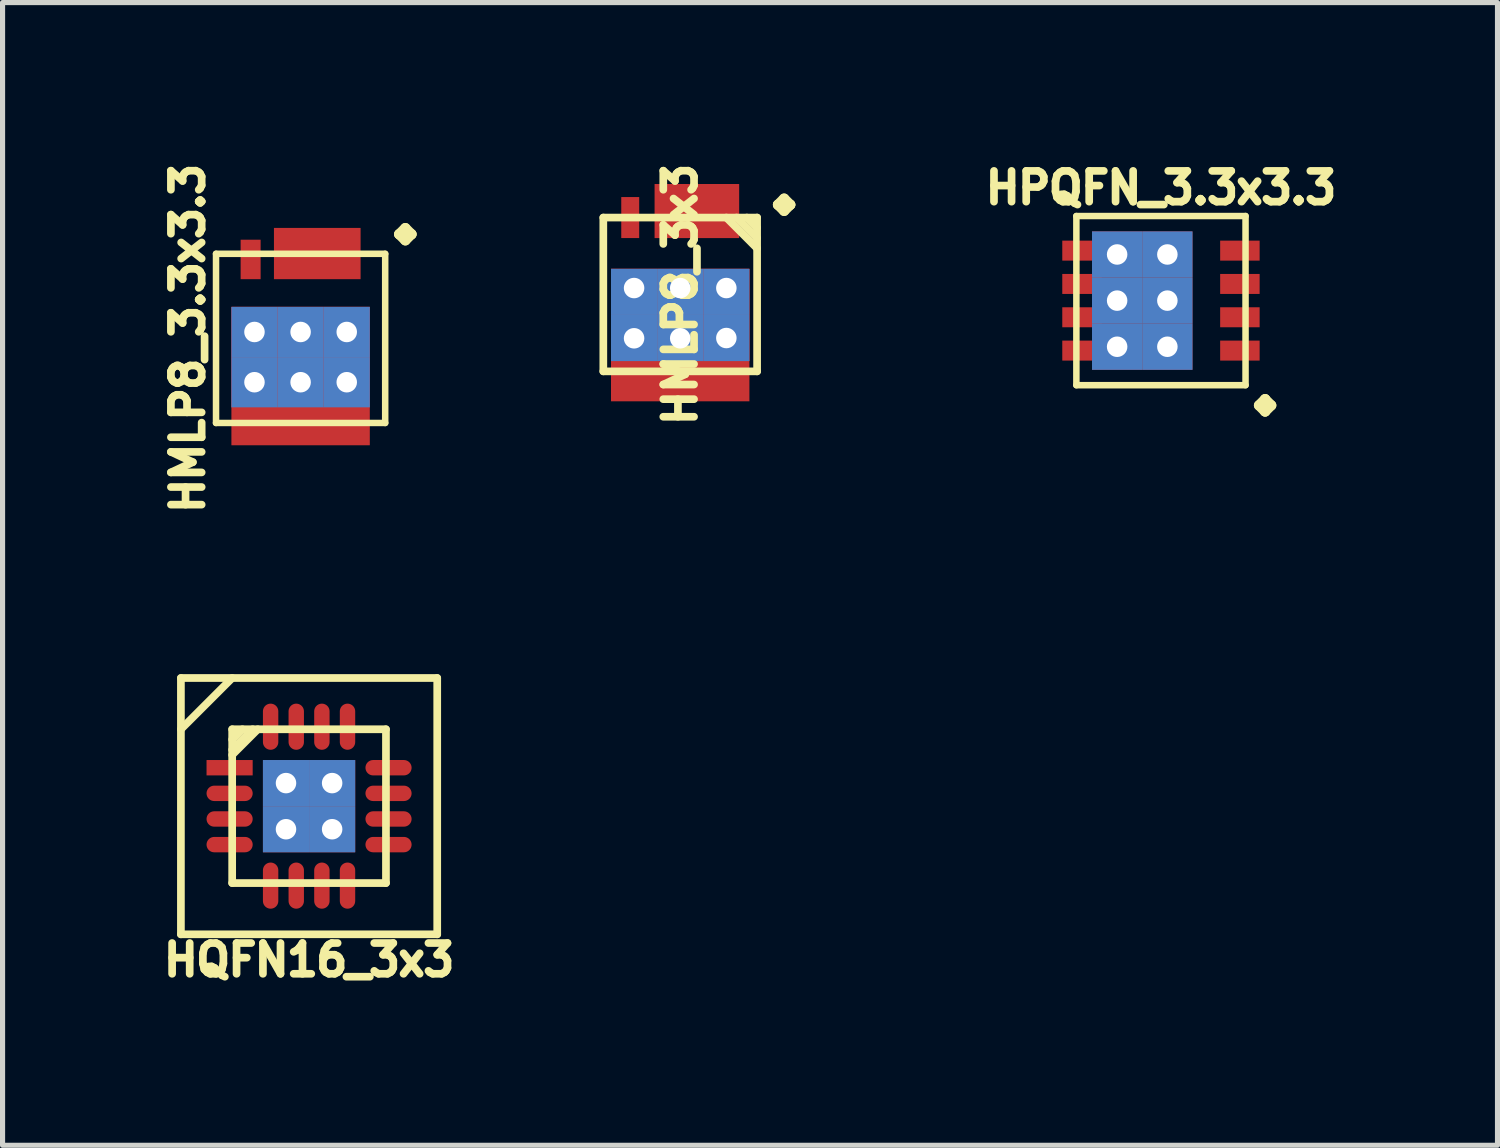
<source format=kicad_pcb>
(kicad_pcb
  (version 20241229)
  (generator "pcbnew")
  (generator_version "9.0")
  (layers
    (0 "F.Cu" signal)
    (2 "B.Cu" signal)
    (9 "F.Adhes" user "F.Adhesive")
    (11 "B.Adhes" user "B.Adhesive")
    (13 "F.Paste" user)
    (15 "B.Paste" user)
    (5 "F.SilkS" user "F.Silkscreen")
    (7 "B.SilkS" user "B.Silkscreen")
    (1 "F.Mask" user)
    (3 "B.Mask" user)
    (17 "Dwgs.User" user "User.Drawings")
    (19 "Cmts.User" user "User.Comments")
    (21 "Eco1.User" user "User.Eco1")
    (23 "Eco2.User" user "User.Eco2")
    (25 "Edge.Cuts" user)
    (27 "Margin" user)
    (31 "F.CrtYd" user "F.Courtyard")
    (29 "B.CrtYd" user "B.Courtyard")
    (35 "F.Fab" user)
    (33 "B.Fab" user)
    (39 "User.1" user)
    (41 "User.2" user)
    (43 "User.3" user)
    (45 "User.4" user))
  (footprint "HMLP8_3.3x3.3"
    (layer "F.Cu")
    (at 2.814 3.551)
    (property "Reference" "HMLP8_3.3x3.3" (at -2.2 0 90) (layer "F.SilkS") (effects (font (size 0.6 0.6) (thickness 0.15))))
    (attr smd)
    (fp_rect (start -1.17 1.925) (end -0.78 1.155) (stroke (width 0.01) (type solid)) (fill yes) (layer "F.Mask"))
    (fp_rect (start -0.52 -1.155) (end -0.13 -1.925) (stroke (width 0.01) (type solid)) (fill yes) (layer "F.Mask"))
    (fp_rect (start -0.52 1.925) (end -0.13 1.155) (stroke (width 0.01) (type solid)) (fill yes) (layer "F.Mask"))
    (fp_rect (start 0.13 -1.155) (end 0.52 -1.925) (stroke (width 0.01) (type solid)) (fill yes) (layer "F.Mask"))
    (fp_rect (start 0.13 1.925) (end 0.52 1.155) (stroke (width 0.01) (type solid)) (fill yes) (layer "F.Mask"))
    (fp_rect (start 0.78 -1.155) (end 1.17 -1.925) (stroke (width 0.01) (type solid)) (fill yes) (layer "F.Mask"))
    (fp_rect (start 0.78 1.925) (end 1.17 1.155) (stroke (width 0.01) (type solid)) (fill yes) (layer "F.Mask"))
    (fp_line (start -1.65 -1.65) (end 1.65 -1.65) (stroke (width 0.127) (type solid)) (layer "F.SilkS"))
    (fp_line (start -1.65 1.65) (end -1.65 -1.65) (stroke (width 0.127) (type solid)) (layer "F.SilkS"))
    (fp_line (start 1.65 -1.65) (end 1.65 1.65) (stroke (width 0.127) (type solid)) (layer "F.SilkS"))
    (fp_line (start 1.65 1.65) (end -1.65 1.65) (stroke (width 0.127) (type solid)) (layer "F.SilkS"))
    (fp_rect (start -1.17 1.925) (end -0.78 1.155) (stroke (width 0.01) (type solid)) (fill yes) (layer "F.Paste"))
    (fp_rect (start -0.52 -1.155) (end -0.13 -1.925) (stroke (width 0.01) (type solid)) (fill yes) (layer "F.Paste"))
    (fp_rect (start -0.52 1.925) (end -0.13 1.155) (stroke (width 0.01) (type solid)) (fill yes) (layer "F.Paste"))
    (fp_rect (start 0.13 -1.155) (end 0.52 -1.925) (stroke (width 0.01) (type solid)) (fill yes) (layer "F.Paste"))
    (fp_rect (start 0.13 1.925) (end 0.52 1.155) (stroke (width 0.01) (type solid)) (fill yes) (layer "F.Paste"))
    (fp_rect (start 0.78 -1.155) (end 1.17 -1.925) (stroke (width 0.01) (type solid)) (fill yes) (layer "F.Paste"))
    (fp_rect (start 0.78 1.925) (end 1.17 1.155) (stroke (width 0.01) (type solid)) (fill yes) (layer "F.Paste"))
    (fp_text user "." (at 1.016 -2.032 90) (unlocked yes) (layer "F.SilkS") (effects (font (size 2.5 2.5) (thickness 0.2))))
    (pad "D" thru_hole rect (at -0.9 -0.125 90) (size 0.98 0.9) (drill 0.4) (layers "*.Cu" "*.Mask" "F.Paste"))
    (pad "D" thru_hole rect (at -0.9 0.855 90) (size 0.98 0.9) (drill 0.4) (layers "*.Cu" "*.Mask" "F.Paste"))
    (pad "D" thru_hole rect (at 0 -0.125 90) (size 0.98 0.9) (drill 0.4) (layers "*.Cu" "*.Mask" "F.Paste"))
    (pad "D" smd rect (at 0 0.735 90) (size 2.7 2.7) (layers "F.Cu"))
    (pad "D" thru_hole rect (at 0 0.855 90) (size 0.98 0.9) (drill 0.4) (layers "*.Cu" "*.Mask" "F.Paste"))
    (pad "D" thru_hole rect (at 0.9 -0.125 90) (size 0.98 0.9) (drill 0.4) (layers "*.Cu" "*.Mask" "F.Paste"))
    (pad "D" thru_hole rect (at 0.9 0.855 90) (size 0.98 0.9) (drill 0.4) (layers "*.Cu" "*.Mask" "F.Paste"))
    (pad "G" smd rect (at -0.975 -1.54 90) (size 0.77 0.39) (layers "F.Cu" "F.Mask" "F.Paste"))
    (pad "S" smd rect (at 0.325 -1.655 90) (size 1 1.69) (layers "F.Cu")))
  (footprint "HQFN16_3x3"
    (layer "F.Cu")
    (at 2.979 12.676)
    (property "Reference" "HQFN16_3x3" (at 0 3 0) (layer "F.SilkS") (effects (font (size 0.6 0.6) (thickness 0.15))))
    (attr smd)
    (fp_line (start -2.5 -2.5) (end 2.5 -2.5) (stroke (width 0.15) (type solid)) (layer "F.SilkS"))
    (fp_line (start -2.5 2.5) (end -2.5 -2.5) (stroke (width 0.15) (type solid)) (layer "F.SilkS"))
    (fp_line (start -1.5 -2.5) (end -2.5 -1.5) (stroke (width 0.15) (type solid)) (layer "F.SilkS"))
    (fp_line (start -1.5 -1.5) (end 1.5 -1.5) (stroke (width 0.15) (type solid)) (layer "F.SilkS"))
    (fp_line (start -1.5 -1.3) (end -1.3 -1.5) (stroke (width 0.15) (type solid)) (layer "F.SilkS"))
    (fp_line (start -1.5 -1.1) (end -1.1 -1.5) (stroke (width 0.15) (type solid)) (layer "F.SilkS"))
    (fp_line (start -1.5 1.5) (end -1.5 -1.5) (stroke (width 0.15) (type solid)) (layer "F.SilkS"))
    (fp_line (start -1 -1.5) (end -1.5 -1) (stroke (width 0.15) (type solid)) (layer "F.SilkS"))
    (fp_line (start 1.5 -1.5) (end 1.5 1.5) (stroke (width 0.15) (type solid)) (layer "F.SilkS"))
    (fp_line (start 1.5 1.5) (end -1.5 1.5) (stroke (width 0.15) (type solid)) (layer "F.SilkS"))
    (fp_line (start 2.5 -2.5) (end 2.5 2.5) (stroke (width 0.15) (type solid)) (layer "F.SilkS"))
    (fp_line (start 2.5 2.5) (end -2.5 2.5) (stroke (width 0.15) (type solid)) (layer "F.SilkS"))
    (pad "1" smd rect (at -1.55 -0.75) (size 0.9 0.3) (layers "F.Cu" "F.Mask" "F.Paste"))
    (pad "2" smd oval (at -1.55 -0.25) (size 0.9 0.3) (layers "F.Cu" "F.Mask" "F.Paste"))
    (pad "3" smd oval (at -1.55 0.25) (size 0.9 0.3) (layers "F.Cu" "F.Mask" "F.Paste"))
    (pad "4" smd oval (at -1.55 0.75) (size 0.9 0.3) (layers "F.Cu" "F.Mask" "F.Paste"))
    (pad "5" smd oval (at -0.75 1.55 270) (size 0.9 0.3) (layers "F.Cu" "F.Mask" "F.Paste"))
    (pad "6" smd oval (at -0.25 1.55 270) (size 0.9 0.3) (layers "F.Cu" "F.Mask" "F.Paste"))
    (pad "7" smd oval (at 0.25 1.55 270) (size 0.9 0.3) (layers "F.Cu" "F.Mask" "F.Paste"))
    (pad "8" smd oval (at 0.75 1.55 270) (size 0.9 0.3) (layers "F.Cu" "F.Mask" "F.Paste"))
    (pad "9" smd oval (at 1.55 0.75) (size 0.9 0.3) (layers "F.Cu" "F.Mask" "F.Paste"))
    (pad "10" smd oval (at 1.55 0.25) (size 0.9 0.3) (layers "F.Cu" "F.Mask" "F.Paste"))
    (pad "11" smd oval (at 1.55 -0.25) (size 0.9 0.3) (layers "F.Cu" "F.Mask" "F.Paste"))
    (pad "12" smd oval (at 1.55 -0.75) (size 0.9 0.3) (layers "F.Cu" "F.Mask" "F.Paste"))
    (pad "13" smd oval (at 0.75 -1.55 270) (size 0.9 0.3) (layers "F.Cu" "F.Mask" "F.Paste"))
    (pad "14" smd oval (at 0.25 -1.55 270) (size 0.9 0.3) (layers "F.Cu" "F.Mask" "F.Paste"))
    (pad "15" smd oval (at -0.25 -1.55 270) (size 0.9 0.3) (layers "F.Cu" "F.Mask" "F.Paste"))
    (pad "16" smd oval (at -0.75 -1.55 270) (size 0.9 0.3) (layers "F.Cu" "F.Mask" "F.Paste"))
    (pad "PAD" thru_hole rect (at -0.45 -0.45) (size 0.9 0.9) (drill 0.4) (layers "*.Cu" "*.Mask" "F.Paste"))
    (pad "PAD" thru_hole rect (at -0.45 0.45) (size 0.9 0.9) (drill 0.4) (layers "*.Cu" "*.Mask" "F.Paste"))
    (pad "PAD" thru_hole rect (at 0.45 -0.45) (size 0.9 0.9) (drill 0.4) (layers "*.Cu" "*.Mask" "F.Paste"))
    (pad "PAD" thru_hole rect (at 0.45 0.45) (size 0.9 0.9) (drill 0.4) (layers "*.Cu" "*.Mask" "F.Paste")))
  (footprint "HMLP8_3x3"
    (layer "F.Cu")
    (at 10.219 2.694)
    (property "Reference" "HMLP8_3x3" (at 0 0 90) (layer "F.SilkS") (effects (font (size 0.6 0.6) (thickness 0.15))))
    (attr smd)
    (fp_rect (start -1.15 1.9) (end -0.8 1.1) (stroke (width 0.01) (type solid)) (fill yes) (layer "F.Mask"))
    (fp_rect (start -0.5 -1.1) (end -0.15 -1.9) (stroke (width 0.01) (type solid)) (fill yes) (layer "F.Mask"))
    (fp_rect (start -0.5 1.9) (end -0.15 1.1) (stroke (width 0.01) (type solid)) (fill yes) (layer "F.Mask"))
    (fp_rect (start 0.15 -1.1) (end 0.5 -1.9) (stroke (width 0.01) (type solid)) (fill yes) (layer "F.Mask"))
    (fp_rect (start 0.15 1.9) (end 0.5 1.1) (stroke (width 0.01) (type solid)) (fill yes) (layer "F.Mask"))
    (fp_rect (start 0.8 -1.1) (end 1.15 -1.9) (stroke (width 0.01) (type solid)) (fill yes) (layer "F.Mask"))
    (fp_rect (start 0.8 1.9) (end 1.15 1.1) (stroke (width 0.01) (type solid)) (fill yes) (layer "F.Mask"))
    (fp_line (start -1.5 -1.5) (end 1.5 -1.5) (stroke (width 0.15) (type solid)) (layer "F.SilkS"))
    (fp_line (start -1.5 1.5) (end -1.5 -1.5) (stroke (width 0.15) (type solid)) (layer "F.SilkS"))
    (fp_line (start 1.3 -1.5) (end 1.5 -1.3) (stroke (width 0.15) (type default)) (layer "F.SilkS"))
    (fp_line (start 1.5 -1.5) (end 1.5 1.5) (stroke (width 0.15) (type solid)) (layer "F.SilkS"))
    (fp_line (start 1.5 -1.1) (end 1.1 -1.5) (stroke (width 0.15) (type default)) (layer "F.SilkS"))
    (fp_line (start 1.5 -0.9) (end 0.9 -1.5) (stroke (width 0.15) (type default)) (layer "F.SilkS"))
    (fp_line (start 1.5 1.5) (end -1.5 1.5) (stroke (width 0.15) (type solid)) (layer "F.SilkS"))
    (fp_rect (start -1.15 1.9) (end -0.8 1.1) (stroke (width 0.01) (type solid)) (fill yes) (layer "F.Paste"))
    (fp_rect (start -0.5 -1.1) (end -0.15 -1.9) (stroke (width 0.01) (type solid)) (fill yes) (layer "F.Paste"))
    (fp_rect (start -0.5 1.9) (end -0.15 1.1) (stroke (width 0.01) (type solid)) (fill yes) (layer "F.Paste"))
    (fp_rect (start 0.15 -1.1) (end 0.5 -1.9) (stroke (width 0.01) (type solid)) (fill yes) (layer "F.Paste"))
    (fp_rect (start 0.15 1.9) (end 0.5 1.1) (stroke (width 0.01) (type solid)) (fill yes) (layer "F.Paste"))
    (fp_rect (start 0.8 -1.1) (end 1.15 -1.9) (stroke (width 0.01) (type solid)) (fill yes) (layer "F.Paste"))
    (fp_rect (start 0.8 1.9) (end 1.15 1.1) (stroke (width 0.01) (type solid)) (fill yes) (layer "F.Paste"))
    (fp_text user "." (at 1 -1.75 90) (unlocked yes) (layer "F.SilkS") (effects (font (size 2.5 2.5) (thickness 0.2))))
    (pad "D" thru_hole rect (at -0.9 -0.125 90) (size 0.9 0.9) (drill 0.4 (offset -0.075 0)) (layers "*.Cu" "*.Mask" "F.Paste"))
    (pad "D" thru_hole rect (at -0.9 0.855 90) (size 0.9 0.9) (drill 0.4 (offset 0.005 0)) (layers "*.Cu" "*.Mask" "F.Paste"))
    (pad "D" thru_hole rect (at 0 -0.125 90) (size 0.9 0.9) (drill 0.4 (offset -0.075 0)) (layers "*.Cu" "*.Mask" "F.Paste"))
    (pad "D" smd rect (at 0 0.792 90) (size 2.585 2.7) (layers "F.Cu"))
    (pad "D" thru_hole rect (at 0 0.855 90) (size 0.9 0.9) (drill 0.4 (offset 0.005 0)) (layers "*.Cu" "*.Mask" "F.Paste"))
    (pad "D" thru_hole rect (at 0.9 -0.125 90) (size 0.9 0.9) (drill 0.4 (offset -0.075 0)) (layers "*.Cu" "*.Mask" "F.Paste"))
    (pad "D" thru_hole rect (at 0.9 0.85 90) (size 0.9 0.9) (drill 0.4) (layers "*.Cu" "*.Mask" "F.Paste"))
    (pad "G" smd rect (at -0.975 -1.5 90) (size 0.8 0.35) (layers "F.Cu" "F.Mask" "F.Paste"))
    (pad "S" smd rect (at 0.325 -1.627 90) (size 1.055 1.65) (layers "F.Cu")))
  (footprint "HPQFN_3.3x3.3"
    (layer "F.Cu")
    (at 19.597 2.814)
    (property "Reference" "HPQFN_3.3x3.3" (at 0 -2.2 0) (layer "F.SilkS") (effects (font (size 0.6 0.6) (thickness 0.15))))
    (attr smd)
    (fp_line (start -1.65 -1.65) (end 1.65 -1.65) (stroke (width 0.127) (type solid)) (layer "F.SilkS"))
    (fp_line (start -1.65 1.65) (end -1.65 -1.65) (stroke (width 0.127) (type solid)) (layer "F.SilkS"))
    (fp_line (start 1.65 -1.65) (end 1.65 1.65) (stroke (width 0.127) (type solid)) (layer "F.SilkS"))
    (fp_line (start 1.65 1.65) (end -1.65 1.65) (stroke (width 0.127) (type solid)) (layer "F.SilkS"))
    (fp_text user "." (at 2.032 1.016 0) (layer "F.SilkS") (effects (font (size 2.5 2.5) (thickness 0.2))))
    (pad "D" smd rect (at -1.54 -0.975) (size 0.77 0.39) (layers "F.Cu" "F.Mask" "F.Paste"))
    (pad "D" smd rect (at -1.54 -0.325) (size 0.77 0.39) (layers "F.Cu" "F.Mask" "F.Paste"))
    (pad "D" smd rect (at -1.54 0.325) (size 0.77 0.39) (layers "F.Cu" "F.Mask" "F.Paste"))
    (pad "D" smd rect (at -1.54 0.975) (size 0.77 0.39) (layers "F.Cu" "F.Mask" "F.Paste"))
    (pad "D" thru_hole rect (at -0.855 -0.9) (size 0.98 0.9) (drill 0.4) (layers "*.Cu" "F.Mask" "F.Paste"))
    (pad "D" thru_hole rect (at -0.855 0) (size 0.98 0.9) (drill 0.4) (layers "*.Cu" "F.Mask" "F.Paste"))
    (pad "D" thru_hole rect (at -0.855 0.9) (size 0.98 0.9) (drill 0.4) (layers "*.Cu" "F.Mask" "F.Paste"))
    (pad "D" thru_hole rect (at 0.125 -0.9) (size 0.98 0.9) (drill 0.4) (layers "*.Cu" "F.Mask" "F.Paste"))
    (pad "D" thru_hole rect (at 0.125 0) (size 0.98 0.9) (drill 0.4) (layers "*.Cu" "F.Mask" "F.Paste"))
    (pad "D" thru_hole rect (at 0.125 0.9) (size 0.98 0.9) (drill 0.4) (layers "*.Cu" "F.Mask" "F.Paste"))
    (pad "G" smd rect (at 1.54 -0.975) (size 0.77 0.39) (layers "F.Cu" "F.Mask" "F.Paste"))
    (pad "S" smd rect (at 1.54 -0.325) (size 0.77 0.39) (layers "F.Cu" "F.Mask" "F.Paste"))
    (pad "S" smd rect (at 1.54 0.325) (size 0.77 0.39) (layers "F.Cu" "F.Mask" "F.Paste"))
    (pad "S" smd rect (at 1.54 0.975) (size 0.77 0.39) (layers "F.Cu" "F.Mask" "F.Paste")))
  (gr_rect
    (start -3 -3)
    (end 26.162 19.291)
    (stroke (width 0.1) (type default))
    (fill no)
    (layer "Edge.Cuts")))
</source>
